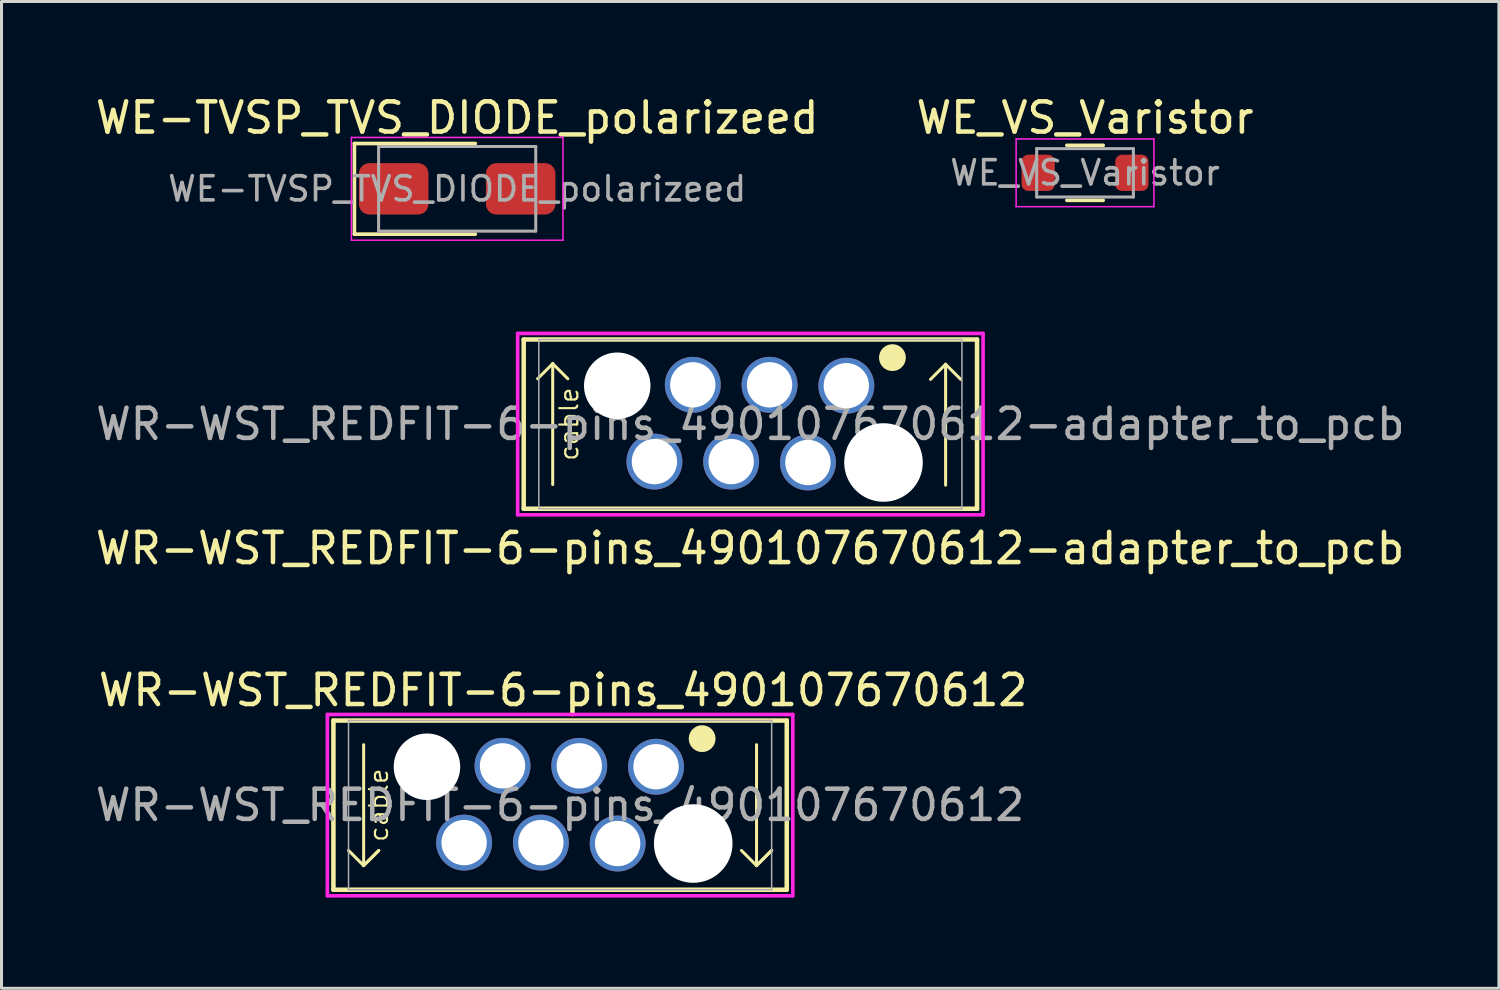
<source format=kicad_pcb>
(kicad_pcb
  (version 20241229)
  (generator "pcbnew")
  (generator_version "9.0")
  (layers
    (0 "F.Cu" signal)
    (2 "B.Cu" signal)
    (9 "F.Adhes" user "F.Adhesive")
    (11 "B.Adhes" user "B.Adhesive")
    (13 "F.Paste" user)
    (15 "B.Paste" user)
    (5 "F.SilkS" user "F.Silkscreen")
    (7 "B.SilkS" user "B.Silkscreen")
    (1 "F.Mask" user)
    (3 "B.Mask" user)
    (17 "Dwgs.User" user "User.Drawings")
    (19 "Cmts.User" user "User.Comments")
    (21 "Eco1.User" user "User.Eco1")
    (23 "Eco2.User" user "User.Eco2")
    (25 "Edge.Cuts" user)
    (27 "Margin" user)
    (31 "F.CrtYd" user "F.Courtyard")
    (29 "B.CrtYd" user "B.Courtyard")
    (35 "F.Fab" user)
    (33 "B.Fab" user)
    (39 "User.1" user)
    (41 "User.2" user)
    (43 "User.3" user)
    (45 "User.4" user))
  (footprint "WR-WST_REDFIT-6-pins_490107670612-adapter_to_pcb"
    (layer "F.Cu")
    (at 21.778 10.983)
    (property "Reference" "WR-WST_REDFIT-6-pins_490107670612-adapter_to_pcb" (at -0.01 4.11 0) (layer "F.SilkS") (effects (font (size 1 1) (thickness 0.15))))
    (attr exclude_from_pos_files exclude_from_bom)
    (fp_line (start -7.5 -2.8) (end 7.5 -2.8) (stroke (width 0.15) (type solid)) (layer "F.SilkS"))
    (fp_line (start -7.5 2.8) (end -7.5 -2.8) (stroke (width 0.15) (type solid)) (layer "F.SilkS"))
    (fp_line (start -7.04 -1.5) (end -6.54 -2) (stroke (width 0.1) (type solid)) (layer "F.SilkS"))
    (fp_line (start -6.54 -2) (end -6.04 -1.5) (stroke (width 0.1) (type solid)) (layer "F.SilkS"))
    (fp_line (start -6.54 2) (end -6.54 -2) (stroke (width 0.1) (type solid)) (layer "F.SilkS"))
    (fp_line (start 5.96 -1.48) (end 6.46 -1.98) (stroke (width 0.1) (type solid)) (layer "F.SilkS"))
    (fp_line (start 6.46 -1.98) (end 6.96 -1.48) (stroke (width 0.1) (type solid)) (layer "F.SilkS"))
    (fp_line (start 6.46 2.02) (end 6.46 -1.98) (stroke (width 0.1) (type solid)) (layer "F.SilkS"))
    (fp_line (start 7.5 -2.8) (end 7.5 2.8) (stroke (width 0.15) (type solid)) (layer "F.SilkS"))
    (fp_line (start 7.5 2.8) (end -7.5 2.8) (stroke (width 0.15) (type solid)) (layer "F.SilkS"))
    (fp_circle (center 4.7 -2.2) (end 4.924 -2.2) (stroke (width 0.44) (type solid)) (fill no) (layer "F.SilkS"))
    (fp_line (start -7.7 -3) (end -7.7 3) (stroke (width 0.12) (type solid)) (layer "F.CrtYd"))
    (fp_line (start -7.7 3) (end 7.7 3) (stroke (width 0.12) (type solid)) (layer "F.CrtYd"))
    (fp_line (start 7.7 -3) (end -7.7 -3) (stroke (width 0.12) (type solid)) (layer "F.CrtYd"))
    (fp_line (start 7.7 3) (end 7.7 -3) (stroke (width 0.12) (type solid)) (layer "F.CrtYd"))
    (fp_line (start -7 -2.8) (end -7 2.8) (stroke (width 0.05) (type solid)) (layer "F.Fab"))
    (fp_line (start -7 2.8) (end 7 2.8) (stroke (width 0.05) (type solid)) (layer "F.Fab"))
    (fp_line (start 7 -2.8) (end -7 -2.8) (stroke (width 0.05) (type solid)) (layer "F.Fab"))
    (fp_line (start 7 2.8) (end 7 -2.8) (stroke (width 0.05) (type solid)) (layer "F.Fab"))
    (fp_text user "cable" (at -6 0 270) (layer "F.SilkS") (effects (font (size 0.6 0.6) (thickness 0.07))))
    (fp_text user "${REFERENCE}" (at 0 0 0) (layer "F.Fab") (effects (font (size 1 1) (thickness 0.15))))
    (pad "" np_thru_hole circle (at -4.405 -1.27) (size 2.2 2.2) (drill 2.2) (layers "*.Cu" "*.Mask"))
    (pad "" np_thru_hole circle (at 4.405 1.27) (size 2.6 2.6) (drill 2.6) (layers "*.Cu" "*.Mask"))
    (pad "1" thru_hole circle (at 3.175 -1.27) (size 1.85 1.85) (drill 1.5) (layers "*.Cu" "*.Mask"))
    (pad "2" thru_hole circle (at 1.905 1.27) (size 1.85 1.85) (drill 1.5) (layers "*.Cu" "*.Mask"))
    (pad "3" thru_hole circle (at 0.635 -1.3) (size 1.85 1.85) (drill 1.5) (layers "*.Cu" "*.Mask"))
    (pad "4" thru_hole circle (at -0.635 1.24) (size 1.85 1.85) (drill 1.5) (layers "*.Cu" "*.Mask"))
    (pad "5" thru_hole circle (at -1.905 -1.3) (size 1.85 1.85) (drill 1.5) (layers "*.Cu" "*.Mask"))
    (pad "6" thru_hole circle (at -3.175 1.24) (size 1.85 1.85) (drill 1.5) (layers "*.Cu" "*.Mask")))
  (footprint "WR-WST_REDFIT-6-pins_490107670612"
    (layer "F.Cu")
    (at 15.482 23.59)
    (property "Reference" "WR-WST_REDFIT-6-pins_490107670612" (at 0.1 -3.8 0) (layer "F.SilkS") (effects (font (size 1 1) (thickness 0.15))))
    (attr exclude_from_pos_files exclude_from_bom)
    (fp_line (start -7.5 -2.8) (end 7.5 -2.8) (stroke (width 0.15) (type solid)) (layer "F.SilkS"))
    (fp_line (start -7.5 2.8) (end -7.5 -2.8) (stroke (width 0.15) (type solid)) (layer "F.SilkS"))
    (fp_line (start -6.5 -2) (end -6.5 2) (stroke (width 0.1) (type solid)) (layer "F.SilkS"))
    (fp_line (start -6.5 2) (end -7 1.5) (stroke (width 0.1) (type solid)) (layer "F.SilkS"))
    (fp_line (start -6.5 2) (end -6 1.5) (stroke (width 0.1) (type solid)) (layer "F.SilkS"))
    (fp_line (start -6 1.5) (end -6.5 2) (stroke (width 0.1) (type solid)) (layer "F.SilkS"))
    (fp_line (start 6.5 -2) (end 6.5 2) (stroke (width 0.1) (type solid)) (layer "F.SilkS"))
    (fp_line (start 6.5 2) (end 6 1.5) (stroke (width 0.1) (type solid)) (layer "F.SilkS"))
    (fp_line (start 6.5 2) (end 7 1.5) (stroke (width 0.1) (type solid)) (layer "F.SilkS"))
    (fp_line (start 7 1.5) (end 6.5 2) (stroke (width 0.1) (type solid)) (layer "F.SilkS"))
    (fp_line (start 7.5 -2.8) (end 7.5 2.8) (stroke (width 0.15) (type solid)) (layer "F.SilkS"))
    (fp_line (start 7.5 2.8) (end -7.5 2.8) (stroke (width 0.15) (type solid)) (layer "F.SilkS"))
    (fp_circle (center 4.7 -2.2) (end 4.924 -2.2) (stroke (width 0.44) (type solid)) (fill no) (layer "F.SilkS"))
    (fp_line (start -7.7 -3) (end -7.7 3) (stroke (width 0.12) (type solid)) (layer "F.CrtYd"))
    (fp_line (start -7.7 3) (end 7.7 3) (stroke (width 0.12) (type solid)) (layer "F.CrtYd"))
    (fp_line (start 7.7 -3) (end -7.7 -3) (stroke (width 0.12) (type solid)) (layer "F.CrtYd"))
    (fp_line (start 7.7 3) (end 7.7 -3) (stroke (width 0.12) (type solid)) (layer "F.CrtYd"))
    (fp_line (start -7 -2.8) (end -7 2.8) (stroke (width 0.05) (type solid)) (layer "F.Fab"))
    (fp_line (start -7 2.8) (end 7 2.8) (stroke (width 0.05) (type solid)) (layer "F.Fab"))
    (fp_line (start 7 -2.8) (end -7 -2.8) (stroke (width 0.05) (type solid)) (layer "F.Fab"))
    (fp_line (start 7 2.8) (end 7 -2.8) (stroke (width 0.05) (type solid)) (layer "F.Fab"))
    (fp_text user "cable" (at -6 0 270) (layer "F.SilkS") (effects (font (size 0.6 0.6) (thickness 0.07))))
    (fp_text user "${REFERENCE}" (at 0 0 0) (layer "F.Fab") (effects (font (size 1 1) (thickness 0.15))))
    (pad "" np_thru_hole circle (at -4.405 -1.27) (size 2.2 2.2) (drill 2.2) (layers "*.Cu" "*.Mask"))
    (pad "" np_thru_hole circle (at 4.405 1.27) (size 2.6 2.6) (drill 2.6) (layers "*.Cu" "*.Mask"))
    (pad "1" thru_hole circle (at 3.175 -1.27) (size 1.85 1.85) (drill 1.5) (layers "*.Cu" "*.Mask"))
    (pad "2" thru_hole circle (at 1.905 1.27) (size 1.85 1.85) (drill 1.5) (layers "*.Cu" "*.Mask"))
    (pad "3" thru_hole circle (at 0.635 -1.3) (size 1.85 1.85) (drill 1.5) (layers "*.Cu" "*.Mask"))
    (pad "4" thru_hole circle (at -0.635 1.24) (size 1.85 1.85) (drill 1.5) (layers "*.Cu" "*.Mask"))
    (pad "5" thru_hole circle (at -1.905 -1.3) (size 1.85 1.85) (drill 1.5) (layers "*.Cu" "*.Mask"))
    (pad "6" thru_hole circle (at -3.175 1.24) (size 1.85 1.85) (drill 1.5) (layers "*.Cu" "*.Mask")))
  (footprint "WE-TVSP_TVS_DIODE_polarizeed"
    (layer "F.Cu")
    (at 12.077 3.198)
    (property "Reference" "WE-TVSP_TVS_DIODE_polarizeed" (at 0 -2.35 0) (layer "F.SilkS") (effects (font (size 1 1) (thickness 0.15))))
    (attr smd)
    (fp_line (start -3.4 -1.5) (end -3.4 1.5) (stroke (width 0.12) (type solid)) (layer "F.SilkS"))
    (fp_line (start -3.4 -1.5) (end 0.6 -1.5) (stroke (width 0.12) (type solid)) (layer "F.SilkS"))
    (fp_line (start -3.4 1.5) (end 0.6 1.5) (stroke (width 0.12) (type solid)) (layer "F.SilkS"))
    (fp_line (start -3.5 -1.7) (end -3.5 1.7) (stroke (width 0.05) (type solid)) (layer "F.CrtYd"))
    (fp_line (start -3.5 -1.7) (end 3.5 -1.7) (stroke (width 0.05) (type solid)) (layer "F.CrtYd"))
    (fp_line (start -3.5 1.7) (end 3.5 1.7) (stroke (width 0.05) (type solid)) (layer "F.CrtYd"))
    (fp_line (start 3.5 1.7) (end 3.5 -1.7) (stroke (width 0.05) (type solid)) (layer "F.CrtYd"))
    (fp_line (start -2.6 -1.4) (end 2.6 -1.4) (stroke (width 0.1) (type solid)) (layer "F.Fab"))
    (fp_line (start -2.6 0) (end -2.6 -1.4) (stroke (width 0.1) (type solid)) (layer "F.Fab"))
    (fp_line (start -2.6 0) (end -2.6 1.4) (stroke (width 0.1) (type solid)) (layer "F.Fab"))
    (fp_line (start 2.6 0) (end 2.6 -1.4) (stroke (width 0.1) (type solid)) (layer "F.Fab"))
    (fp_line (start 2.6 0) (end 2.6 1.4) (stroke (width 0.1) (type solid)) (layer "F.Fab"))
    (fp_line (start 2.6 1.4) (end -2.6 1.4) (stroke (width 0.1) (type solid)) (layer "F.Fab"))
    (fp_text user "${REFERENCE}" (at 0 0 0) (layer "F.Fab") (effects (font (size 0.8 0.8) (thickness 0.12))))
    (pad "1" smd roundrect (at -2.1 0) (size 2.3 1.7) (layers "F.Cu" "F.Mask" "F.Paste") (roundrect_rratio 0.2))
    (pad "2" smd roundrect (at 2.1 0 180) (size 2.3 1.7) (layers "F.Cu" "F.Mask" "F.Paste") (roundrect_rratio 0.2)))
  (footprint "WE_VS_Varistor"
    (layer "F.Cu")
    (at 32.851 2.668)
    (property "Reference" "WE_VS_Varistor" (at 0 -1.82 0) (layer "F.SilkS") (effects (font (size 1 1) (thickness 0.15))))
    (attr smd)
    (fp_line (start -0.602 -0.91) (end 0.602 -0.91) (stroke (width 0.12) (type solid)) (layer "F.SilkS"))
    (fp_line (start -0.602 0.91) (end 0.602 0.91) (stroke (width 0.12) (type solid)) (layer "F.SilkS"))
    (fp_line (start -2.28 -1.12) (end 2.28 -1.12) (stroke (width 0.05) (type solid)) (layer "F.CrtYd"))
    (fp_line (start -2.28 1.12) (end -2.28 -1.12) (stroke (width 0.05) (type solid)) (layer "F.CrtYd"))
    (fp_line (start 2.28 -1.12) (end 2.28 1.12) (stroke (width 0.05) (type solid)) (layer "F.CrtYd"))
    (fp_line (start 2.28 1.12) (end -2.28 1.12) (stroke (width 0.05) (type solid)) (layer "F.CrtYd"))
    (fp_line (start -1.6 -0.8) (end 1.6 -0.8) (stroke (width 0.1) (type solid)) (layer "F.Fab"))
    (fp_line (start -1.6 0.8) (end -1.6 -0.8) (stroke (width 0.1) (type solid)) (layer "F.Fab"))
    (fp_line (start 1.6 -0.8) (end 1.6 0.8) (stroke (width 0.1) (type solid)) (layer "F.Fab"))
    (fp_line (start 1.6 0.8) (end -1.6 0.8) (stroke (width 0.1) (type solid)) (layer "F.Fab"))
    (fp_text user "${REFERENCE}" (at 0 0 0) (layer "F.Fab") (effects (font (size 0.8 0.8) (thickness 0.12))))
    (pad "1" smd roundrect (at -1.55 0 180) (size 1.1 1.2) (layers "F.Cu" "F.Mask" "F.Paste") (roundrect_rratio 0.2))
    (pad "2" smd roundrect (at 1.55 0) (size 1.1 1.2) (layers "F.Cu" "F.Mask" "F.Paste") (roundrect_rratio 0.2)))
  (gr_rect
    (start -3 -3)
    (end 46.546 29.65)
    (stroke (width 0.1) (type default))
    (fill no)
    (layer "Edge.Cuts")))
</source>
